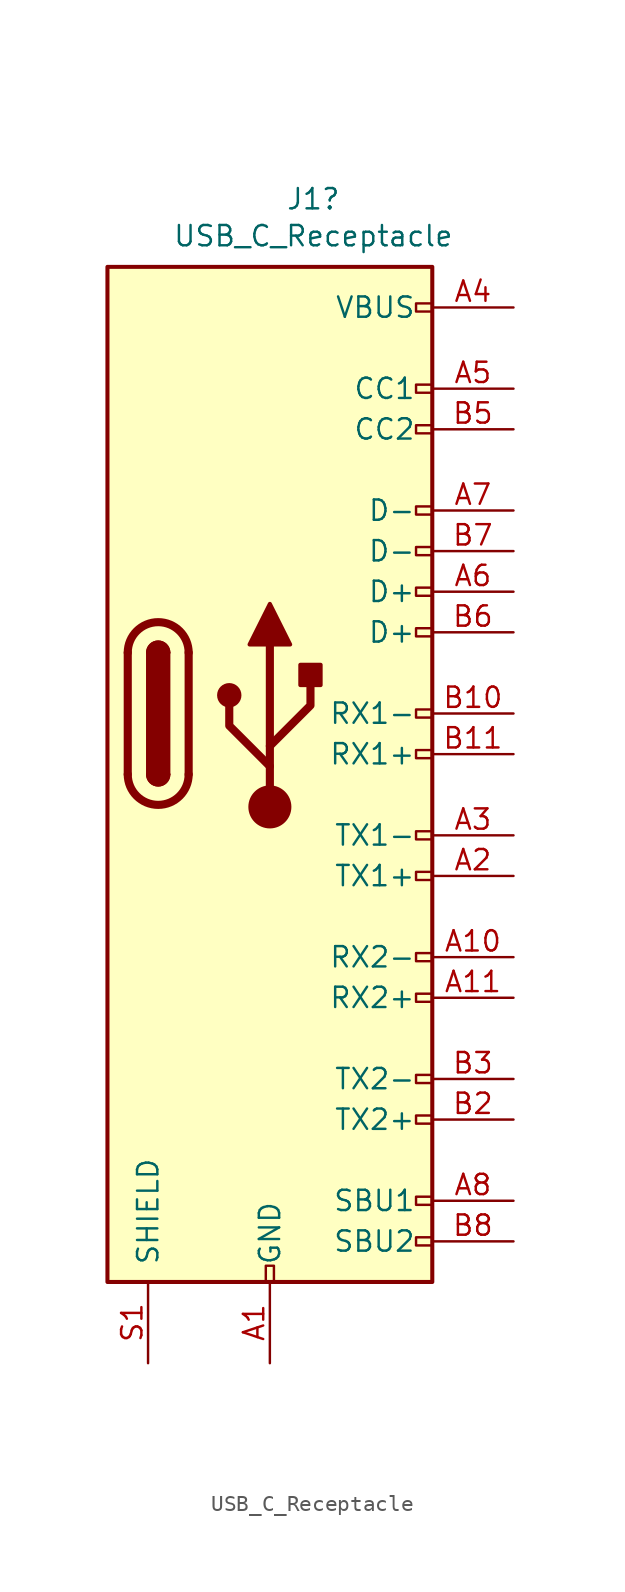
<source format=kicad_sym>
(kicad_symbol_lib
  (version 20220914)
  (generator kicad_symbol_editor)
  (symbol "USB_C_Receptacle"
    (pin_names
      (offset 1.016))
    (property "Reference" "J1"
      (at 2.718 32.182 0)
      (effects (font (size 1.27 1.27))))
    (property "Value" "USB_C_Receptacle"
      (at 2.718 29.87 0)
      (effects (font (size 1.27 1.27))))
    (symbol "USB_C_Receptacle_0_0"
      (rectangle (start -0.254 -35.56) (end 0.254 -34.544) (stroke (width 0) (type default)) (fill (type none)))
      (rectangle (start 10.16 -32.766) (end 9.144 -33.274) (stroke (width 0) (type default)) (fill (type none)))
      (rectangle (start 10.16 -30.226) (end 9.144 -30.734) (stroke (width 0) (type default)) (fill (type none)))
      (rectangle (start 10.16 -25.146) (end 9.144 -25.654) (stroke (width 0) (type default)) (fill (type none)))
      (rectangle (start 10.16 -22.606) (end 9.144 -23.114) (stroke (width 0) (type default)) (fill (type none)))
      (rectangle (start 10.16 -17.526) (end 9.144 -18.034) (stroke (width 0) (type default)) (fill (type none)))
      (rectangle (start 10.16 -14.986) (end 9.144 -15.494) (stroke (width 0) (type default)) (fill (type none)))
      (rectangle (start 10.16 -9.906) (end 9.144 -10.414) (stroke (width 0) (type default)) (fill (type none)))
      (rectangle (start 10.16 -7.366) (end 9.144 -7.874) (stroke (width 0) (type default)) (fill (type none)))
      (rectangle (start 10.16 -2.286) (end 9.144 -2.794) (stroke (width 0) (type default)) (fill (type none)))
      (rectangle (start 10.16 0.254) (end 9.144 -0.254) (stroke (width 0) (type default)) (fill (type none)))
      (rectangle (start 10.16 5.334) (end 9.144 4.826) (stroke (width 0) (type default)) (fill (type none)))
      (rectangle (start 10.16 7.874) (end 9.144 7.366) (stroke (width 0) (type default)) (fill (type none)))
      (rectangle (start 10.16 10.414) (end 9.144 9.906) (stroke (width 0) (type default)) (fill (type none)))
      (rectangle (start 10.16 12.954) (end 9.144 12.446) (stroke (width 0) (type default)) (fill (type none)))
      (rectangle (start 10.16 18.034) (end 9.144 17.526) (stroke (width 0) (type default)) (fill (type none)))
      (rectangle (start 10.16 20.574) (end 9.144 20.066) (stroke (width 0) (type default)) (fill (type none)))
      (rectangle (start 10.16 25.654) (end 9.144 25.146) (stroke (width 0) (type default)) (fill (type none))))
    (symbol "USB_C_Receptacle_0_1"
      (rectangle (start -10.16 27.94) (end 10.16 -35.56) (stroke (width 0.254) (type default)) (fill (type background)))
      (arc (start -8.89 -3.81) (mid -6.985 -5.7067) (end -5.08 -3.81) (stroke (width 0.508) (type default)) (fill (type none)))
      (arc (start -7.62 -3.81) (mid -6.985 -4.4423) (end -6.35 -3.81) (stroke (width 0.254) (type default)) (fill (type none)))
      (arc (start -7.62 -3.81) (mid -6.985 -4.4423) (end -6.35 -3.81) (stroke (width 0.254) (type default)) (fill (type outline)))
      (rectangle (start -7.62 -3.81) (end -6.35 3.81) (stroke (width 0.254) (type default)) (fill (type outline)))
      (arc (start -6.35 3.81) (mid -6.985 4.4423) (end -7.62 3.81) (stroke (width 0.254) (type default)) (fill (type none)))
      (arc (start -6.35 3.81) (mid -6.985 4.4423) (end -7.62 3.81) (stroke (width 0.254) (type default)) (fill (type outline)))
      (arc (start -5.08 3.81) (mid -6.985 5.7067) (end -8.89 3.81) (stroke (width 0.508) (type default)) (fill (type none)))
      (polyline (pts (xy -8.89 -3.81) (xy -8.89 3.81)) (stroke (width 0.508) (type default)) (fill (type none)))
      (polyline (pts (xy -5.08 3.81) (xy -5.08 -3.81)) (stroke (width 0.508) (type default)) (fill (type none))))
    (symbol "USB_C_Receptacle_1_1"
      (circle (center -2.54 1.143) (radius 0.635) (stroke (width 0.254) (type default)) (fill (type outline)))
      (circle (center 0 -5.842) (radius 1.27) (stroke (width 0) (type default)) (fill (type outline)))
      (polyline (pts (xy 0 -5.842) (xy 0 4.318)) (stroke (width 0.508) (type default)) (fill (type none)))
      (polyline (pts (xy 0 -3.302) (xy -2.54 -0.762) (xy -2.54 0.508)) (stroke (width 0.508) (type default)) (fill (type none)))
      (polyline (pts (xy 0 -2.032) (xy 2.54 0.508) (xy 2.54 1.778)) (stroke (width 0.508) (type default)) (fill (type none)))
      (polyline (pts (xy -1.27 4.318) (xy 0 6.858) (xy 1.27 4.318) (xy -1.27 4.318)) (stroke (width 0.254) (type default)) (fill (type outline)))
      (rectangle (start 1.905 1.778) (end 3.175 3.048) (stroke (width 0.254) (type default)) (fill (type outline)))
      (pin passive line (at 0 -40.64 90) (length 5.08) (name "GND" (effects (font (size 1.27 1.27)))) (number "A1" (effects (font (size 1.27 1.27)))))
      (pin bidirectional line (at 15.24 -15.24 180) (length 5.08) (name "RX2-" (effects (font (size 1.27 1.27)))) (number "A10" (effects (font (size 1.27 1.27)))))
      (pin bidirectional line (at 15.24 -17.78 180) (length 5.08) (name "RX2+" (effects (font (size 1.27 1.27)))) (number "A11" (effects (font (size 1.27 1.27)))))
      (pin passive line (at 0 -40.64 90) (length 5.08) hide (name "GND" (effects (font (size 1.27 1.27)))) (number "A12" (effects (font (size 1.27 1.27)))))
      (pin bidirectional line (at 15.24 -10.16 180) (length 5.08) (name "TX1+" (effects (font (size 1.27 1.27)))) (number "A2" (effects (font (size 1.27 1.27)))))
      (pin bidirectional line (at 15.24 -7.62 180) (length 5.08) (name "TX1-" (effects (font (size 1.27 1.27)))) (number "A3" (effects (font (size 1.27 1.27)))))
      (pin passive line (at 15.24 25.4 180) (length 5.08) (name "VBUS" (effects (font (size 1.27 1.27)))) (number "A4" (effects (font (size 1.27 1.27)))))
      (pin bidirectional line (at 15.24 20.32 180) (length 5.08) (name "CC1" (effects (font (size 1.27 1.27)))) (number "A5" (effects (font (size 1.27 1.27)))))
      (pin bidirectional line (at 15.24 7.62 180) (length 5.08) (name "D+" (effects (font (size 1.27 1.27)))) (number "A6" (effects (font (size 1.27 1.27)))))
      (pin bidirectional line (at 15.24 12.7 180) (length 5.08) (name "D-" (effects (font (size 1.27 1.27)))) (number "A7" (effects (font (size 1.27 1.27)))))
      (pin bidirectional line (at 15.24 -30.48 180) (length 5.08) (name "SBU1" (effects (font (size 1.27 1.27)))) (number "A8" (effects (font (size 1.27 1.27)))))
      (pin passive line (at 15.24 25.4 180) (length 5.08) hide (name "VBUS" (effects (font (size 1.27 1.27)))) (number "A9" (effects (font (size 1.27 1.27)))))
      (pin passive line (at 0 -40.64 90) (length 5.08) hide (name "GND" (effects (font (size 1.27 1.27)))) (number "B1" (effects (font (size 1.27 1.27)))))
      (pin bidirectional line (at 15.24 0 180) (length 5.08) (name "RX1-" (effects (font (size 1.27 1.27)))) (number "B10" (effects (font (size 1.27 1.27)))))
      (pin bidirectional line (at 15.24 -2.54 180) (length 5.08) (name "RX1+" (effects (font (size 1.27 1.27)))) (number "B11" (effects (font (size 1.27 1.27)))))
      (pin passive line (at 0 -40.64 90) (length 5.08) hide (name "GND" (effects (font (size 1.27 1.27)))) (number "B12" (effects (font (size 1.27 1.27)))))
      (pin bidirectional line (at 15.24 -25.4 180) (length 5.08) (name "TX2+" (effects (font (size 1.27 1.27)))) (number "B2" (effects (font (size 1.27 1.27)))))
      (pin bidirectional line (at 15.24 -22.86 180) (length 5.08) (name "TX2-" (effects (font (size 1.27 1.27)))) (number "B3" (effects (font (size 1.27 1.27)))))
      (pin passive line (at 15.24 25.4 180) (length 5.08) hide (name "VBUS" (effects (font (size 1.27 1.27)))) (number "B4" (effects (font (size 1.27 1.27)))))
      (pin bidirectional line (at 15.24 17.78 180) (length 5.08) (name "CC2" (effects (font (size 1.27 1.27)))) (number "B5" (effects (font (size 1.27 1.27)))))
      (pin bidirectional line (at 15.24 5.08 180) (length 5.08) (name "D+" (effects (font (size 1.27 1.27)))) (number "B6" (effects (font (size 1.27 1.27)))))
      (pin bidirectional line (at 15.24 10.16 180) (length 5.08) (name "D-" (effects (font (size 1.27 1.27)))) (number "B7" (effects (font (size 1.27 1.27)))))
      (pin bidirectional line (at 15.24 -33.02 180) (length 5.08) (name "SBU2" (effects (font (size 1.27 1.27)))) (number "B8" (effects (font (size 1.27 1.27)))))
      (pin passive line (at 15.24 25.4 180) (length 5.08) hide (name "VBUS" (effects (font (size 1.27 1.27)))) (number "B9" (effects (font (size 1.27 1.27)))))
      (pin passive line (at -7.62 -40.64 90) (length 5.08) (name "SHIELD" (effects (font (size 1.27 1.27)))) (number "S1" (effects (font (size 1.27 1.27))))))))
</source>
